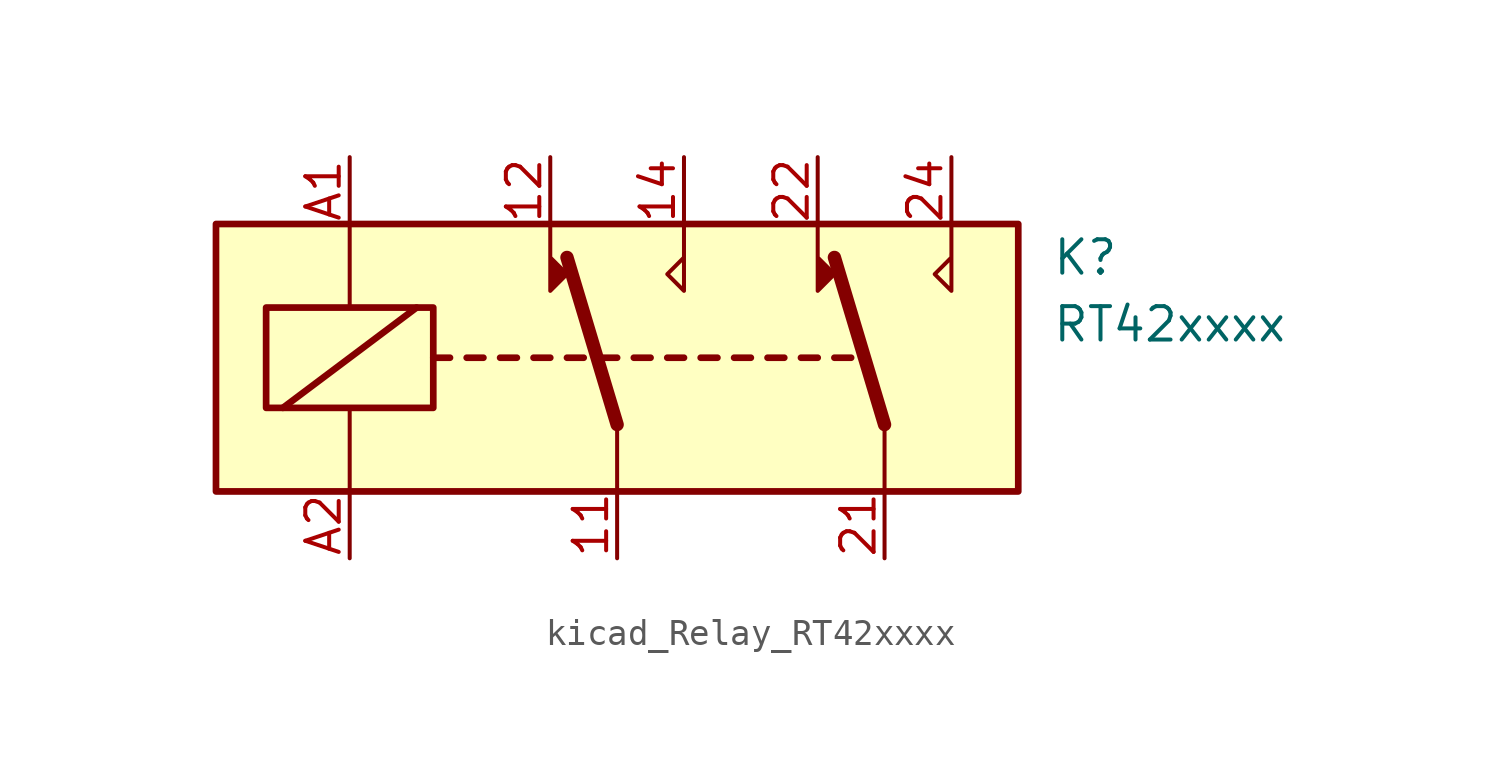
<source format=kicad_sym>
(kicad_symbol_lib
  (version 20220914)
  (generator kicad_symbol_editor)
  (symbol "kicad_Relay_RT42xxxx"
    (property "Reference" "K"
      (at 16.51 3.81 0)
      (effects (font (size 1.27 1.27)) (justify left)))
    (property "Value" "RT42xxxx"
      (at 16.51 1.27 0)
      (effects (font (size 1.27 1.27)) (justify left)))
    (symbol "kicad_Relay_RT42xxxx_0_1"
      (rectangle (start -15.24 5.08) (end 15.24 -5.08) (stroke (width 0.254) (type default)) (fill (type background)))
      (rectangle (start -13.335 1.905) (end -6.985 -1.905) (stroke (width 0.254) (type default)) (fill (type none)))
      (polyline (pts (xy -12.7 -1.905) (xy -7.62 1.905)) (stroke (width 0.254) (type default)) (fill (type none)))
      (polyline (pts (xy -10.16 -5.08) (xy -10.16 -1.905)) (stroke (width 0) (type default)) (fill (type none)))
      (polyline (pts (xy -10.16 5.08) (xy -10.16 1.905)) (stroke (width 0) (type default)) (fill (type none)))
      (polyline (pts (xy -6.985 0) (xy -6.35 0)) (stroke (width 0.254) (type default)) (fill (type none)))
      (polyline (pts (xy -5.715 0) (xy -5.08 0)) (stroke (width 0.254) (type default)) (fill (type none)))
      (polyline (pts (xy -4.445 0) (xy -3.81 0)) (stroke (width 0.254) (type default)) (fill (type none)))
      (polyline (pts (xy -3.175 0) (xy -2.54 0)) (stroke (width 0.254) (type default)) (fill (type none)))
      (polyline (pts (xy -1.905 0) (xy -1.27 0)) (stroke (width 0.254) (type default)) (fill (type none)))
      (polyline (pts (xy -0.635 0) (xy 0 0)) (stroke (width 0.254) (type default)) (fill (type none)))
      (polyline (pts (xy 0 -2.54) (xy -1.905 3.81)) (stroke (width 0.508) (type default)) (fill (type none)))
      (polyline (pts (xy 0 -2.54) (xy 0 -5.08)) (stroke (width 0) (type default)) (fill (type none)))
      (polyline (pts (xy 0.635 0) (xy 1.27 0)) (stroke (width 0.254) (type default)) (fill (type none)))
      (polyline (pts (xy 1.905 0) (xy 2.54 0)) (stroke (width 0.254) (type default)) (fill (type none)))
      (polyline (pts (xy 3.175 0) (xy 3.81 0)) (stroke (width 0.254) (type default)) (fill (type none)))
      (polyline (pts (xy 4.445 0) (xy 5.08 0)) (stroke (width 0.254) (type default)) (fill (type none)))
      (polyline (pts (xy 5.715 0) (xy 6.35 0)) (stroke (width 0.254) (type default)) (fill (type none)))
      (polyline (pts (xy 6.985 0) (xy 7.62 0)) (stroke (width 0.254) (type default)) (fill (type none)))
      (polyline (pts (xy 8.255 0) (xy 8.89 0)) (stroke (width 0.254) (type default)) (fill (type none)))
      (polyline (pts (xy 10.16 -2.54) (xy 8.255 3.81)) (stroke (width 0.508) (type default)) (fill (type none)))
      (polyline (pts (xy 10.16 -2.54) (xy 10.16 -5.08)) (stroke (width 0) (type default)) (fill (type none)))
      (polyline (pts (xy -2.54 5.08) (xy -2.54 2.54) (xy -1.905 3.175) (xy -2.54 3.81)) (stroke (width 0) (type default)) (fill (type outline)))
      (polyline (pts (xy 2.54 5.08) (xy 2.54 2.54) (xy 1.905 3.175) (xy 2.54 3.81)) (stroke (width 0) (type default)) (fill (type none)))
      (polyline (pts (xy 7.62 5.08) (xy 7.62 2.54) (xy 8.255 3.175) (xy 7.62 3.81)) (stroke (width 0) (type default)) (fill (type outline)))
      (polyline (pts (xy 12.7 5.08) (xy 12.7 2.54) (xy 12.065 3.175) (xy 12.7 3.81)) (stroke (width 0) (type default)) (fill (type none))))
    (symbol "kicad_Relay_RT42xxxx_1_1"
      (pin passive line (at 0 -7.62 90) (length 2.54) (name "~" (effects (font (size 1.27 1.27)))) (number "11" (effects (font (size 1.27 1.27)))))
      (pin passive line (at -2.54 7.62 270) (length 2.54) (name "~" (effects (font (size 1.27 1.27)))) (number "12" (effects (font (size 1.27 1.27)))))
      (pin passive line (at 2.54 7.62 270) (length 2.54) (name "~" (effects (font (size 1.27 1.27)))) (number "14" (effects (font (size 1.27 1.27)))))
      (pin passive line (at 10.16 -7.62 90) (length 2.54) (name "~" (effects (font (size 1.27 1.27)))) (number "21" (effects (font (size 1.27 1.27)))))
      (pin passive line (at 7.62 7.62 270) (length 2.54) (name "~" (effects (font (size 1.27 1.27)))) (number "22" (effects (font (size 1.27 1.27)))))
      (pin passive line (at 12.7 7.62 270) (length 2.54) (name "~" (effects (font (size 1.27 1.27)))) (number "24" (effects (font (size 1.27 1.27)))))
      (pin passive line (at -10.16 7.62 270) (length 2.54) (name "~" (effects (font (size 1.27 1.27)))) (number "A1" (effects (font (size 1.27 1.27)))))
      (pin passive line (at -10.16 -7.62 90) (length 2.54) (name "~" (effects (font (size 1.27 1.27)))) (number "A2" (effects (font (size 1.27 1.27))))))))
</source>
